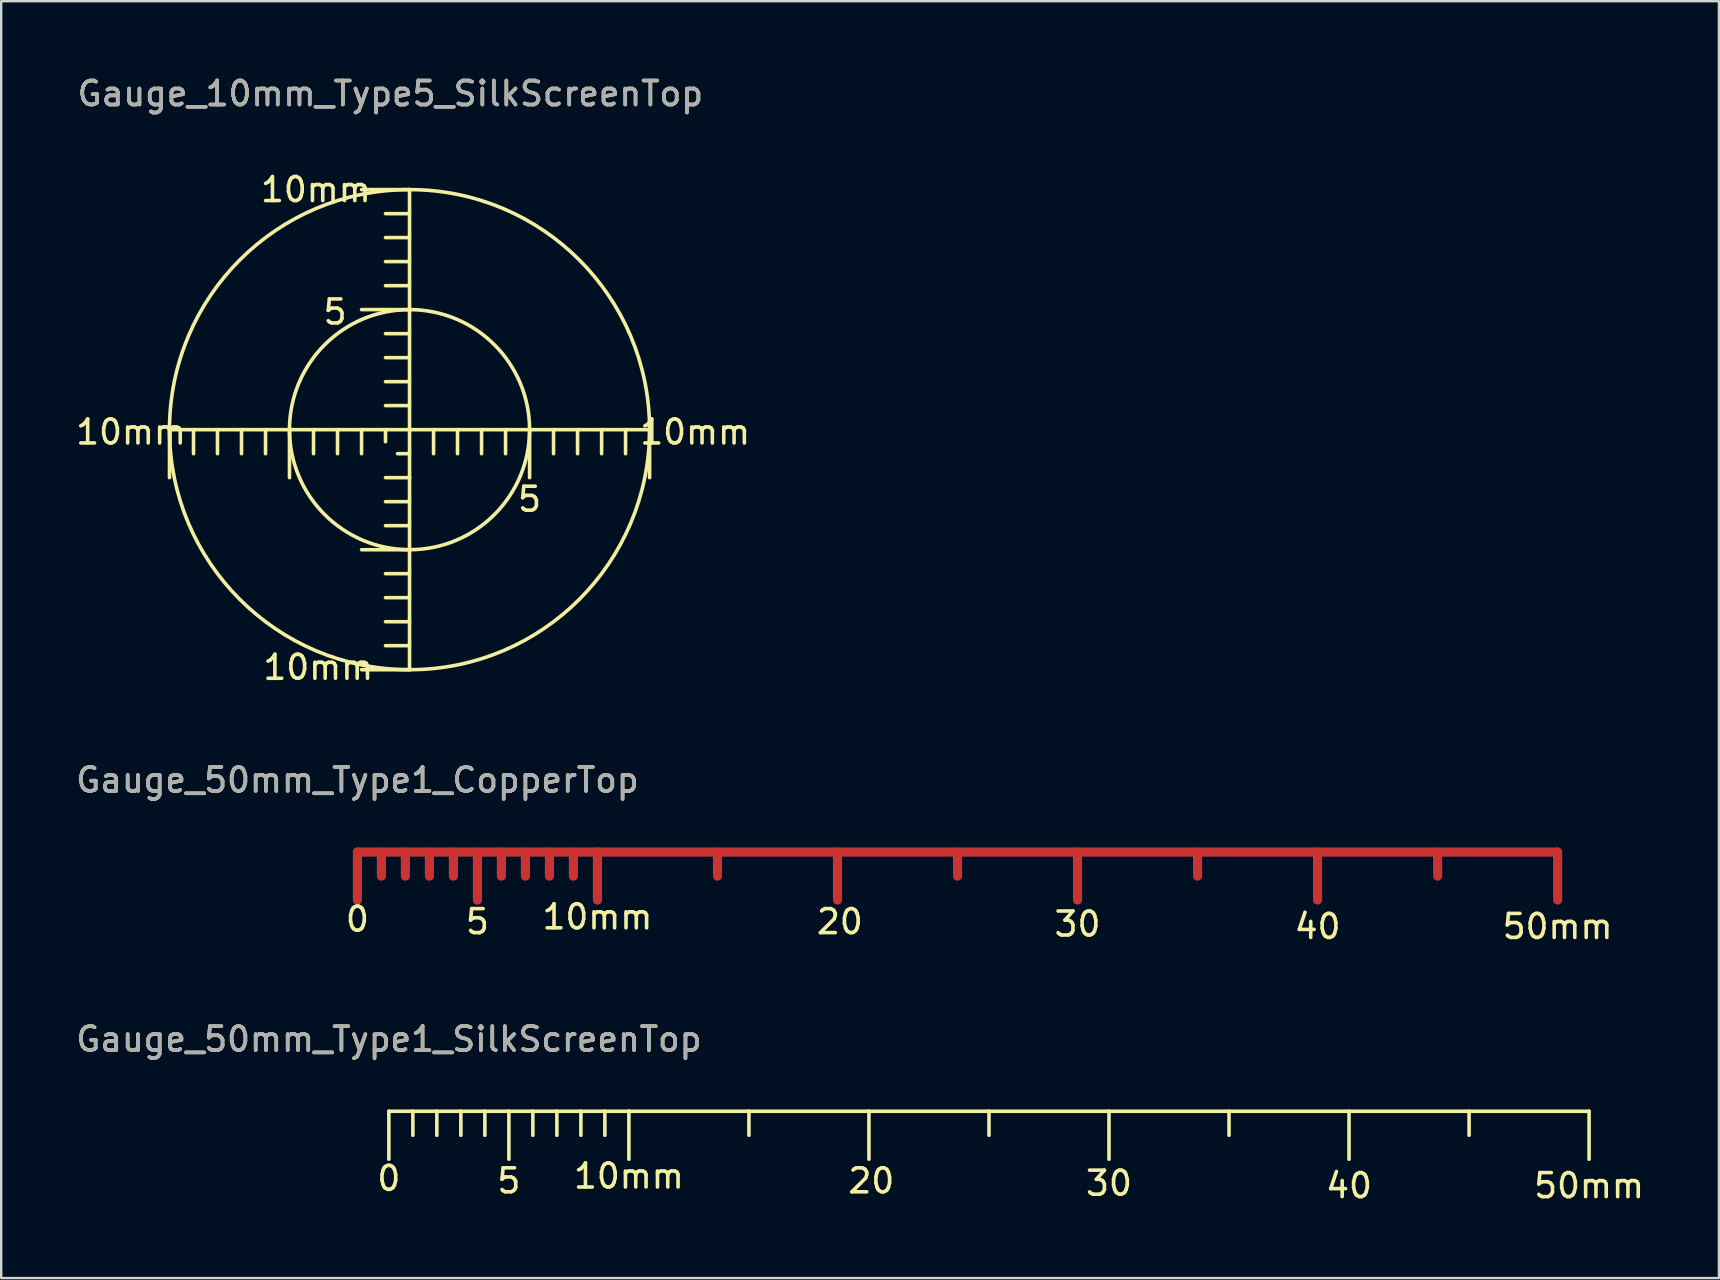
<source format=kicad_pcb>
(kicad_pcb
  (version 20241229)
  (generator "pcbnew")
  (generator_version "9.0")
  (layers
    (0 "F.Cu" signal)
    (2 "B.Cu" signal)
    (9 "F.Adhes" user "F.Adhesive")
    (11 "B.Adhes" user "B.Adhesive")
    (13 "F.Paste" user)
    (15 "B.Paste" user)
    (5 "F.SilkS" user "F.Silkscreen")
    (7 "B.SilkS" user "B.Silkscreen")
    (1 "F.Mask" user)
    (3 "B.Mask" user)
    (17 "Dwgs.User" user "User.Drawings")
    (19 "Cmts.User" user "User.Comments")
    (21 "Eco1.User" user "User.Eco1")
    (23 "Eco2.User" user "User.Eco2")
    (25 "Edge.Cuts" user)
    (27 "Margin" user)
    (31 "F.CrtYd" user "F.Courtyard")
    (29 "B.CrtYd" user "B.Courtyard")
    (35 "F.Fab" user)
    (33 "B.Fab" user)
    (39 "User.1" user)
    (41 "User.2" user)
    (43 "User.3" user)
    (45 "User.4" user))
  (footprint "Gauge_50mm_Type1_CopperTop"
    (layer "F.Cu")
    (at 11.839 32.446)
    (property "Reference" "Gauge_50mm_Type1_CopperTop" (at 0 -3 0) (layer "F.SilkS") (effects (font (size 1 1) (thickness 0.15))))
    (attr exclude_from_pos_files exclude_from_bom)
    (fp_line (start 0 0) (end 0 1.999) (stroke (width 0.381) (type solid)) (layer "F.Cu"))
    (fp_line (start 0 0) (end 10 0) (stroke (width 0.381) (type solid)) (layer "F.Cu"))
    (fp_line (start 1.001 0) (end 1.001 1.001) (stroke (width 0.381) (type solid)) (layer "F.Cu"))
    (fp_line (start 1.999 0) (end 1.999 1.001) (stroke (width 0.381) (type solid)) (layer "F.Cu"))
    (fp_line (start 3 0) (end 3 1.001) (stroke (width 0.381) (type solid)) (layer "F.Cu"))
    (fp_line (start 4 0) (end 4 1.001) (stroke (width 0.381) (type solid)) (layer "F.Cu"))
    (fp_line (start 5.001 0) (end 5.001 1.999) (stroke (width 0.381) (type solid)) (layer "F.Cu"))
    (fp_line (start 5.999 0) (end 5.999 1.001) (stroke (width 0.381) (type solid)) (layer "F.Cu"))
    (fp_line (start 7 0) (end 7 1.001) (stroke (width 0.381) (type solid)) (layer "F.Cu"))
    (fp_line (start 8.001 0) (end 8.001 1.001) (stroke (width 0.381) (type solid)) (layer "F.Cu"))
    (fp_line (start 8.999 0) (end 8.999 1.001) (stroke (width 0.381) (type solid)) (layer "F.Cu"))
    (fp_line (start 10 0) (end 10 1.999) (stroke (width 0.381) (type solid)) (layer "F.Cu"))
    (fp_line (start 10 0) (end 50 0) (stroke (width 0.381) (type solid)) (layer "F.Cu"))
    (fp_line (start 15.001 0) (end 15.001 1.001) (stroke (width 0.381) (type solid)) (layer "F.Cu"))
    (fp_line (start 20 0) (end 20 1.999) (stroke (width 0.381) (type solid)) (layer "F.Cu"))
    (fp_line (start 25.001 0) (end 25.001 1.001) (stroke (width 0.381) (type solid)) (layer "F.Cu"))
    (fp_line (start 30 0) (end 30 1.999) (stroke (width 0.381) (type solid)) (layer "F.Cu"))
    (fp_line (start 35.001 0) (end 35.001 1.001) (stroke (width 0.381) (type solid)) (layer "F.Cu"))
    (fp_line (start 40 0) (end 40 1.999) (stroke (width 0.381) (type solid)) (layer "F.Cu"))
    (fp_line (start 45.001 0) (end 45.001 1.001) (stroke (width 0.381) (type solid)) (layer "F.Cu"))
    (fp_line (start 50 0) (end 50 1.999) (stroke (width 0.381) (type solid)) (layer "F.Cu"))
    (fp_text user "5" (at 4.999 2.901 0) (layer "F.SilkS") (effects (font (size 1 1) (thickness 0.15))))
    (fp_text user "0" (at 0 2.799 0) (layer "F.SilkS") (effects (font (size 1 1) (thickness 0.15))))
    (fp_text user "30" (at 30 3 0) (layer "F.SilkS") (effects (font (size 1 1) (thickness 0.15))))
    (fp_text user "40" (at 40 3.101 0) (layer "F.SilkS") (effects (font (size 1 1) (thickness 0.15))))
    (fp_text user "10mm" (at 10 2.7 0) (layer "F.SilkS") (effects (font (size 1 1) (thickness 0.15))))
    (fp_text user "50mm" (at 50 3.101 0) (layer "F.SilkS") (effects (font (size 1 1) (thickness 0.15))))
    (fp_text user "20" (at 20.099 2.901 0) (layer "F.SilkS") (effects (font (size 1 1) (thickness 0.15))))
    (fp_text user "${REFERENCE}" (at 0 -3 0) (layer "F.Fab") (effects (font (size 1 1) (thickness 0.15)))))
  (footprint "Gauge_10mm_Type5_SilkScreenTop"
    (layer "F.Cu")
    (at 14.011 14.849)
    (property "Reference" "Gauge_10mm_Type5_SilkScreenTop" (at -0.8 -14 0) (layer "F.SilkS") (effects (font (size 1 1) (thickness 0.15))))
    (attr exclude_from_pos_files exclude_from_bom)
    (fp_line (start -10 0) (end -10 1.999) (stroke (width 0.15) (type solid)) (layer "F.SilkS"))
    (fp_line (start -8.999 0) (end -8.999 1.001) (stroke (width 0.15) (type solid)) (layer "F.SilkS"))
    (fp_line (start -8.001 0) (end -8.001 1.001) (stroke (width 0.15) (type solid)) (layer "F.SilkS"))
    (fp_line (start -7 0) (end -7 1.001) (stroke (width 0.15) (type solid)) (layer "F.SilkS"))
    (fp_line (start -5.999 0) (end -5.999 1.001) (stroke (width 0.15) (type solid)) (layer "F.SilkS"))
    (fp_line (start -5.001 0) (end -5.001 1.999) (stroke (width 0.15) (type solid)) (layer "F.SilkS"))
    (fp_line (start -4 0) (end -4 1.001) (stroke (width 0.15) (type solid)) (layer "F.SilkS"))
    (fp_line (start -3 0) (end -3 1.001) (stroke (width 0.15) (type solid)) (layer "F.SilkS"))
    (fp_line (start -1.999 0) (end -1.999 1.001) (stroke (width 0.15) (type solid)) (layer "F.SilkS"))
    (fp_line (start -1.001 0) (end -1.001 0.5) (stroke (width 0.15) (type solid)) (layer "F.SilkS"))
    (fp_line (start 0 -10) (end -1.999 -10) (stroke (width 0.15) (type solid)) (layer "F.SilkS"))
    (fp_line (start 0 -8.999) (end -1.001 -8.999) (stroke (width 0.15) (type solid)) (layer "F.SilkS"))
    (fp_line (start 0 -8.001) (end -1.001 -8.001) (stroke (width 0.15) (type solid)) (layer "F.SilkS"))
    (fp_line (start 0 -7) (end -1.001 -7) (stroke (width 0.15) (type solid)) (layer "F.SilkS"))
    (fp_line (start 0 -5.999) (end -1.001 -5.999) (stroke (width 0.15) (type solid)) (layer "F.SilkS"))
    (fp_line (start 0 -5.001) (end -1.999 -5.001) (stroke (width 0.15) (type solid)) (layer "F.SilkS"))
    (fp_line (start 0 -4) (end -1.001 -4) (stroke (width 0.15) (type solid)) (layer "F.SilkS"))
    (fp_line (start 0 -3) (end -1.001 -3) (stroke (width 0.15) (type solid)) (layer "F.SilkS"))
    (fp_line (start 0 -1.999) (end -1.001 -1.999) (stroke (width 0.15) (type solid)) (layer "F.SilkS"))
    (fp_line (start 0 -1.001) (end -1.001 -1.001) (stroke (width 0.15) (type solid)) (layer "F.SilkS"))
    (fp_line (start 0 0) (end -10 0) (stroke (width 0.15) (type solid)) (layer "F.SilkS"))
    (fp_line (start 0 0) (end 0 -10) (stroke (width 0.15) (type solid)) (layer "F.SilkS"))
    (fp_line (start 0 0) (end 0 1.999) (stroke (width 0.15) (type solid)) (layer "F.SilkS"))
    (fp_line (start 0 0) (end 10 0) (stroke (width 0.15) (type solid)) (layer "F.SilkS"))
    (fp_line (start 0 1.001) (end -0.5 1.001) (stroke (width 0.15) (type solid)) (layer "F.SilkS"))
    (fp_line (start 0 1.999) (end -1.001 1.999) (stroke (width 0.15) (type solid)) (layer "F.SilkS"))
    (fp_line (start 0 1.999) (end 0 10) (stroke (width 0.15) (type solid)) (layer "F.SilkS"))
    (fp_line (start 0 3) (end -1.001 3) (stroke (width 0.15) (type solid)) (layer "F.SilkS"))
    (fp_line (start 0 4) (end -1.001 4) (stroke (width 0.15) (type solid)) (layer "F.SilkS"))
    (fp_line (start 0 5.001) (end -1.999 5.001) (stroke (width 0.15) (type solid)) (layer "F.SilkS"))
    (fp_line (start 0 5.999) (end -1.001 5.999) (stroke (width 0.15) (type solid)) (layer "F.SilkS"))
    (fp_line (start 0 7) (end -1.001 7) (stroke (width 0.15) (type solid)) (layer "F.SilkS"))
    (fp_line (start 0 8.001) (end -1.001 8.001) (stroke (width 0.15) (type solid)) (layer "F.SilkS"))
    (fp_line (start 0 8.999) (end -1.001 8.999) (stroke (width 0.15) (type solid)) (layer "F.SilkS"))
    (fp_line (start 0 10) (end -1.999 10) (stroke (width 0.15) (type solid)) (layer "F.SilkS"))
    (fp_line (start 1.001 0) (end 1.001 1.001) (stroke (width 0.15) (type solid)) (layer "F.SilkS"))
    (fp_line (start 1.999 0) (end 1.999 1.001) (stroke (width 0.15) (type solid)) (layer "F.SilkS"))
    (fp_line (start 3 0) (end 3 1.001) (stroke (width 0.15) (type solid)) (layer "F.SilkS"))
    (fp_line (start 4 0) (end 4 1.001) (stroke (width 0.15) (type solid)) (layer "F.SilkS"))
    (fp_line (start 5.001 0) (end 5.001 1.999) (stroke (width 0.15) (type solid)) (layer "F.SilkS"))
    (fp_line (start 5.999 0) (end 5.999 1.001) (stroke (width 0.15) (type solid)) (layer "F.SilkS"))
    (fp_line (start 7 0) (end 7 1.001) (stroke (width 0.15) (type solid)) (layer "F.SilkS"))
    (fp_line (start 8.001 0) (end 8.001 1.001) (stroke (width 0.15) (type solid)) (layer "F.SilkS"))
    (fp_line (start 8.999 0) (end 8.999 1.001) (stroke (width 0.15) (type solid)) (layer "F.SilkS"))
    (fp_line (start 10 0) (end 10 1.999) (stroke (width 0.15) (type solid)) (layer "F.SilkS"))
    (fp_circle (center 0 0) (end 5.001 0) (stroke (width 0.15) (type solid)) (fill no) (layer "F.SilkS"))
    (fp_circle (center 0 0) (end 10 0) (stroke (width 0.15) (type solid)) (fill no) (layer "F.SilkS"))
    (fp_text user "10mm" (at 11.9 0.099 0) (layer "F.SilkS") (effects (font (size 1 1) (thickness 0.15))))
    (fp_text user "10mm" (at -3.901 -10 0) (layer "F.SilkS") (effects (font (size 1 1) (thickness 0.15))))
    (fp_text user "10mm" (at -11.6 0.099 0) (layer "F.SilkS") (effects (font (size 1 1) (thickness 0.15))))
    (fp_text user "5" (at 4.999 2.901 0) (layer "F.SilkS") (effects (font (size 1 1) (thickness 0.15))))
    (fp_text user "5" (at -3.101 -4.9 0) (layer "F.SilkS") (effects (font (size 1 1) (thickness 0.15))))
    (fp_text user "10mm" (at -3.8 9.901 0) (layer "F.SilkS") (effects (font (size 1 1) (thickness 0.15))))
    (fp_text user "${REFERENCE}" (at -0.8 -14 0) (layer "F.Fab") (effects (font (size 1 1) (thickness 0.15)))))
  (footprint "Gauge_50mm_Type1_SilkScreenTop"
    (layer "F.Cu")
    (at 13.149 43.243)
    (property "Reference" "Gauge_50mm_Type1_SilkScreenTop" (at 0 -3 0) (layer "F.SilkS") (effects (font (size 1 1) (thickness 0.15))))
    (attr exclude_from_pos_files exclude_from_bom)
    (fp_line (start 0 0) (end 0 1.999) (stroke (width 0.15) (type solid)) (layer "F.SilkS"))
    (fp_line (start 0 0) (end 10 0) (stroke (width 0.15) (type solid)) (layer "F.SilkS"))
    (fp_line (start 1.001 0) (end 1.001 1.001) (stroke (width 0.15) (type solid)) (layer "F.SilkS"))
    (fp_line (start 1.999 0) (end 1.999 1.001) (stroke (width 0.15) (type solid)) (layer "F.SilkS"))
    (fp_line (start 3 0) (end 3 1.001) (stroke (width 0.15) (type solid)) (layer "F.SilkS"))
    (fp_line (start 4 0) (end 4 1.001) (stroke (width 0.15) (type solid)) (layer "F.SilkS"))
    (fp_line (start 5.001 0) (end 5.001 1.999) (stroke (width 0.15) (type solid)) (layer "F.SilkS"))
    (fp_line (start 5.999 0) (end 5.999 1.001) (stroke (width 0.15) (type solid)) (layer "F.SilkS"))
    (fp_line (start 7 0) (end 7 1.001) (stroke (width 0.15) (type solid)) (layer "F.SilkS"))
    (fp_line (start 8.001 0) (end 8.001 1.001) (stroke (width 0.15) (type solid)) (layer "F.SilkS"))
    (fp_line (start 8.999 0) (end 8.999 1.001) (stroke (width 0.15) (type solid)) (layer "F.SilkS"))
    (fp_line (start 10 0) (end 10 1.999) (stroke (width 0.15) (type solid)) (layer "F.SilkS"))
    (fp_line (start 10 0) (end 50 0) (stroke (width 0.15) (type solid)) (layer "F.SilkS"))
    (fp_line (start 15.001 0) (end 15.001 1.001) (stroke (width 0.15) (type solid)) (layer "F.SilkS"))
    (fp_line (start 20 0) (end 20 1.999) (stroke (width 0.15) (type solid)) (layer "F.SilkS"))
    (fp_line (start 25.001 0) (end 25.001 1.001) (stroke (width 0.15) (type solid)) (layer "F.SilkS"))
    (fp_line (start 30 0) (end 30 1.999) (stroke (width 0.15) (type solid)) (layer "F.SilkS"))
    (fp_line (start 35.001 0) (end 35.001 1.001) (stroke (width 0.15) (type solid)) (layer "F.SilkS"))
    (fp_line (start 40 0) (end 40 1.999) (stroke (width 0.15) (type solid)) (layer "F.SilkS"))
    (fp_line (start 45.001 0) (end 45.001 1.001) (stroke (width 0.15) (type solid)) (layer "F.SilkS"))
    (fp_line (start 50 0) (end 50 1.999) (stroke (width 0.15) (type solid)) (layer "F.SilkS"))
    (fp_text user "5" (at 4.999 2.901 0) (layer "F.SilkS") (effects (font (size 1 1) (thickness 0.15))))
    (fp_text user "20" (at 20.099 2.901 0) (layer "F.SilkS") (effects (font (size 1 1) (thickness 0.15))))
    (fp_text user "30" (at 30 3 0) (layer "F.SilkS") (effects (font (size 1 1) (thickness 0.15))))
    (fp_text user "0" (at 0 2.799 0) (layer "F.SilkS") (effects (font (size 1 1) (thickness 0.15))))
    (fp_text user "50mm" (at 50 3.101 0) (layer "F.SilkS") (effects (font (size 1 1) (thickness 0.15))))
    (fp_text user "10mm" (at 10 2.7 0) (layer "F.SilkS") (effects (font (size 1 1) (thickness 0.15))))
    (fp_text user "40" (at 40 3.101 0) (layer "F.SilkS") (effects (font (size 1 1) (thickness 0.15))))
    (fp_text user "${REFERENCE}" (at 0 -3 0) (layer "F.Fab") (effects (font (size 1 1) (thickness 0.15)))))
  (gr_rect
    (start -3 -3)
    (end 68.559 50.193)
    (stroke (width 0.1) (type default))
    (fill no)
    (layer "Edge.Cuts")))
</source>
